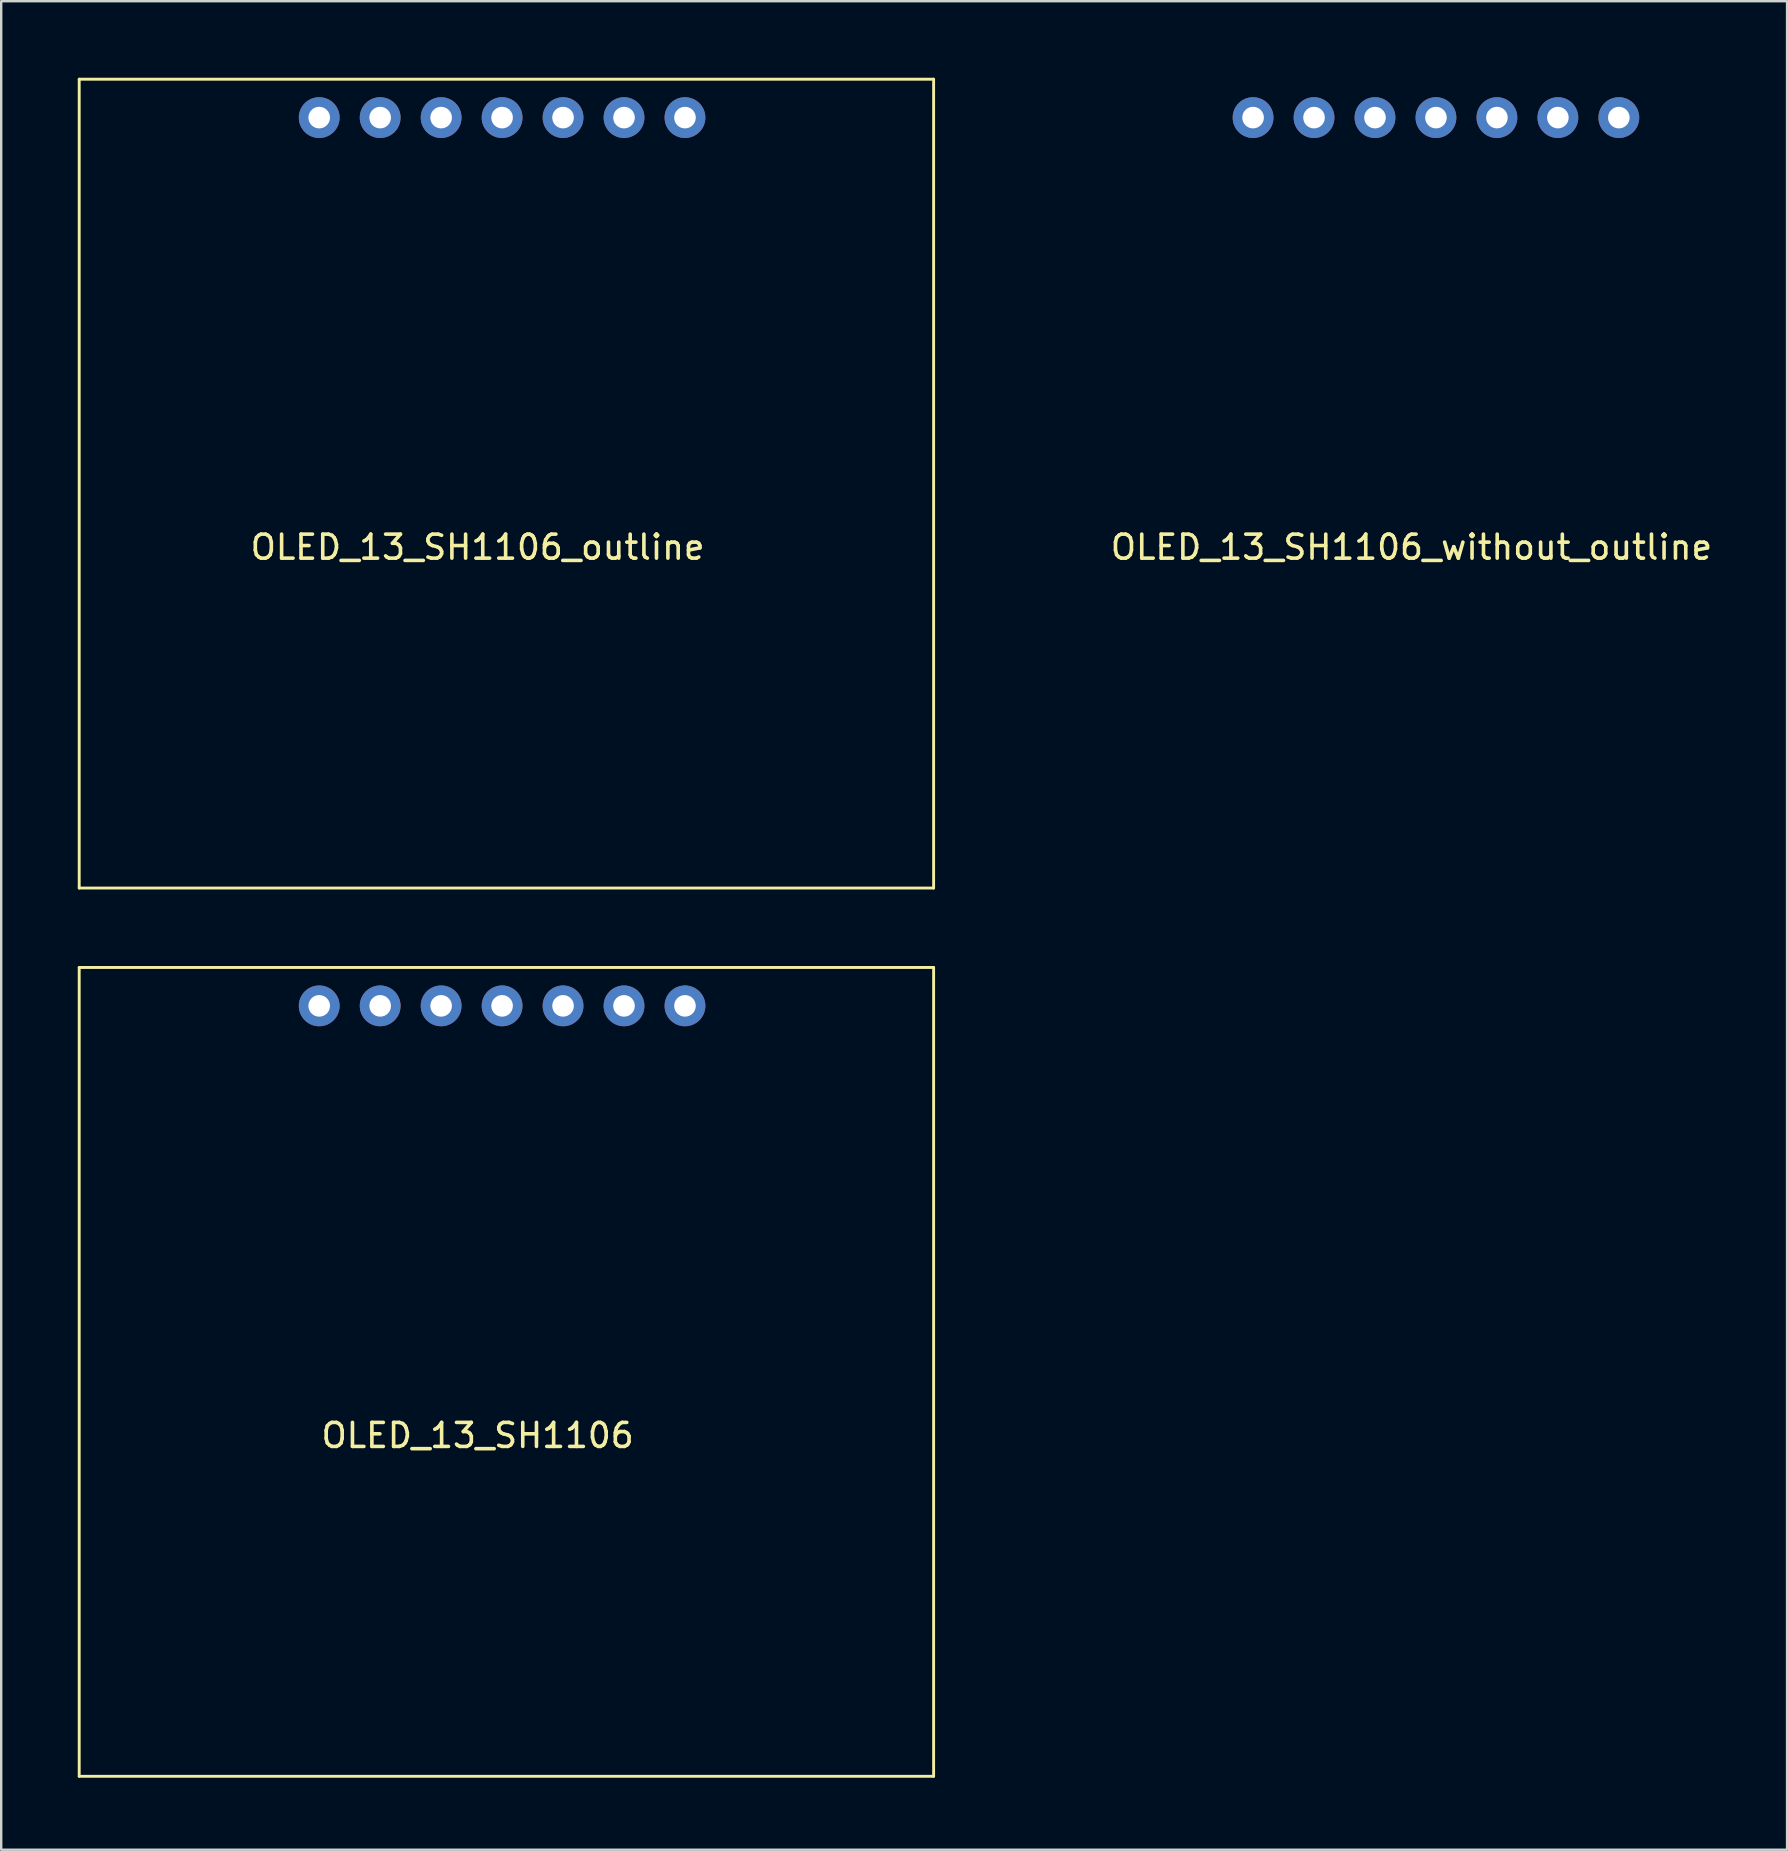
<source format=kicad_pcb>
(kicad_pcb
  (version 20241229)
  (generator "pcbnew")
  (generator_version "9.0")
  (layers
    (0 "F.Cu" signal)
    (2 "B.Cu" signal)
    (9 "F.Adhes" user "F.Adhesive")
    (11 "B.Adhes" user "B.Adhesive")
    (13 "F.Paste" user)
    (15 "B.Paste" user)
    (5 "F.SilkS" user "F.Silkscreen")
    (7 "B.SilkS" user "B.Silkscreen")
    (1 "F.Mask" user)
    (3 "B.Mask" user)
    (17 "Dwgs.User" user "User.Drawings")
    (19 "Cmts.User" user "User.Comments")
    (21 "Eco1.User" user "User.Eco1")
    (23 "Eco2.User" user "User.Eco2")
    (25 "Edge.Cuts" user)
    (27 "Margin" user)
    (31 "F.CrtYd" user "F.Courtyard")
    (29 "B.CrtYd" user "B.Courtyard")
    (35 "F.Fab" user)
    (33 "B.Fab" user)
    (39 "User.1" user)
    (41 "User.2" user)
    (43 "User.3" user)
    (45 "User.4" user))
  (footprint "OLED_13_SH1106"
    (layer "F.Cu")
    (at 0.25 37.26)
    (property "Reference" "OLED_13_SH1106" (at 16.6 19.5 0) (layer "F.SilkS") (effects (font (size 1 1) (thickness 0.15))))
    (attr through_hole)
    (fp_line (start 0 0) (end 0 33.7) (stroke (width 0.12) (type solid)) (layer "F.SilkS"))
    (fp_line (start 0 33.7) (end 35.6 33.7) (stroke (width 0.12) (type solid)) (layer "F.SilkS"))
    (fp_line (start 35.6 0) (end 0 0) (stroke (width 0.12) (type solid)) (layer "F.SilkS"))
    (fp_line (start 35.6 33.7) (end 35.6 0) (stroke (width 0.12) (type solid)) (layer "F.SilkS"))
    (pad "1" thru_hole circle (at 10 1.6) (size 1.7 1.7) (drill 0.9) (layers "*.Cu" "*.Mask"))
    (pad "2" thru_hole circle (at 12.54 1.6) (size 1.7 1.7) (drill 0.9) (layers "*.Cu" "*.Mask"))
    (pad "3" thru_hole circle (at 15.08 1.6) (size 1.7 1.7) (drill 0.9) (layers "*.Cu" "*.Mask"))
    (pad "4" thru_hole circle (at 17.62 1.6) (size 1.7 1.7) (drill 0.9) (layers "*.Cu" "*.Mask"))
    (pad "5" thru_hole circle (at 20.16 1.6) (size 1.7 1.7) (drill 0.9) (layers "*.Cu" "*.Mask"))
    (pad "6" thru_hole circle (at 22.7 1.6) (size 1.7 1.7) (drill 0.9) (layers "*.Cu" "*.Mask"))
    (pad "7" thru_hole circle (at 25.24 1.6) (size 1.7 1.7) (drill 0.9) (layers "*.Cu" "*.Mask")))
  (footprint "OLED_13_SH1106_without_outline"
    (layer "F.Cu")
    (at 39.16 0.25)
    (property "Reference" "OLED_13_SH1106_without_outline" (at 16.6 19.5 0) (layer "F.SilkS") (effects (font (size 1 1) (thickness 0.15))))
    (attr through_hole)
    (pad "1" thru_hole circle (at 10 1.6) (size 1.7 1.7) (drill 0.9) (layers "*.Cu" "*.Mask"))
    (pad "2" thru_hole circle (at 12.54 1.6) (size 1.7 1.7) (drill 0.9) (layers "*.Cu" "*.Mask"))
    (pad "3" thru_hole circle (at 15.08 1.6) (size 1.7 1.7) (drill 0.9) (layers "*.Cu" "*.Mask"))
    (pad "4" thru_hole circle (at 17.62 1.6) (size 1.7 1.7) (drill 0.9) (layers "*.Cu" "*.Mask"))
    (pad "5" thru_hole circle (at 20.16 1.6) (size 1.7 1.7) (drill 0.9) (layers "*.Cu" "*.Mask"))
    (pad "6" thru_hole circle (at 22.7 1.6) (size 1.7 1.7) (drill 0.9) (layers "*.Cu" "*.Mask"))
    (pad "7" thru_hole circle (at 25.24 1.6) (size 1.7 1.7) (drill 0.9) (layers "*.Cu" "*.Mask")))
  (footprint "OLED_13_SH1106_outline"
    (layer "F.Cu")
    (at 0.25 0.25)
    (property "Reference" "OLED_13_SH1106_outline" (at 16.6 19.5 0) (layer "F.SilkS") (effects (font (size 1 1) (thickness 0.15))))
    (attr through_hole)
    (fp_line (start 0 0) (end 0 33.7) (stroke (width 0.12) (type solid)) (layer "F.SilkS"))
    (fp_line (start 0 33.7) (end 35.6 33.7) (stroke (width 0.12) (type solid)) (layer "F.SilkS"))
    (fp_line (start 35.6 0) (end 0 0) (stroke (width 0.12) (type solid)) (layer "F.SilkS"))
    (fp_line (start 35.6 33.7) (end 35.6 0) (stroke (width 0.12) (type solid)) (layer "F.SilkS"))
    (pad "1" thru_hole circle (at 10 1.6) (size 1.7 1.7) (drill 0.9) (layers "*.Cu" "*.Mask"))
    (pad "2" thru_hole circle (at 12.54 1.6) (size 1.7 1.7) (drill 0.9) (layers "*.Cu" "*.Mask"))
    (pad "3" thru_hole circle (at 15.08 1.6) (size 1.7 1.7) (drill 0.9) (layers "*.Cu" "*.Mask"))
    (pad "4" thru_hole circle (at 17.62 1.6) (size 1.7 1.7) (drill 0.9) (layers "*.Cu" "*.Mask"))
    (pad "5" thru_hole circle (at 20.16 1.6) (size 1.7 1.7) (drill 0.9) (layers "*.Cu" "*.Mask"))
    (pad "6" thru_hole circle (at 22.7 1.6) (size 1.7 1.7) (drill 0.9) (layers "*.Cu" "*.Mask"))
    (pad "7" thru_hole circle (at 25.24 1.6) (size 1.7 1.7) (drill 0.9) (layers "*.Cu" "*.Mask")))
  (gr_rect
    (start -3 -3)
    (end 71.409 74.02)
    (stroke (width 0.1) (type default))
    (fill no)
    (layer "Edge.Cuts")))
</source>
